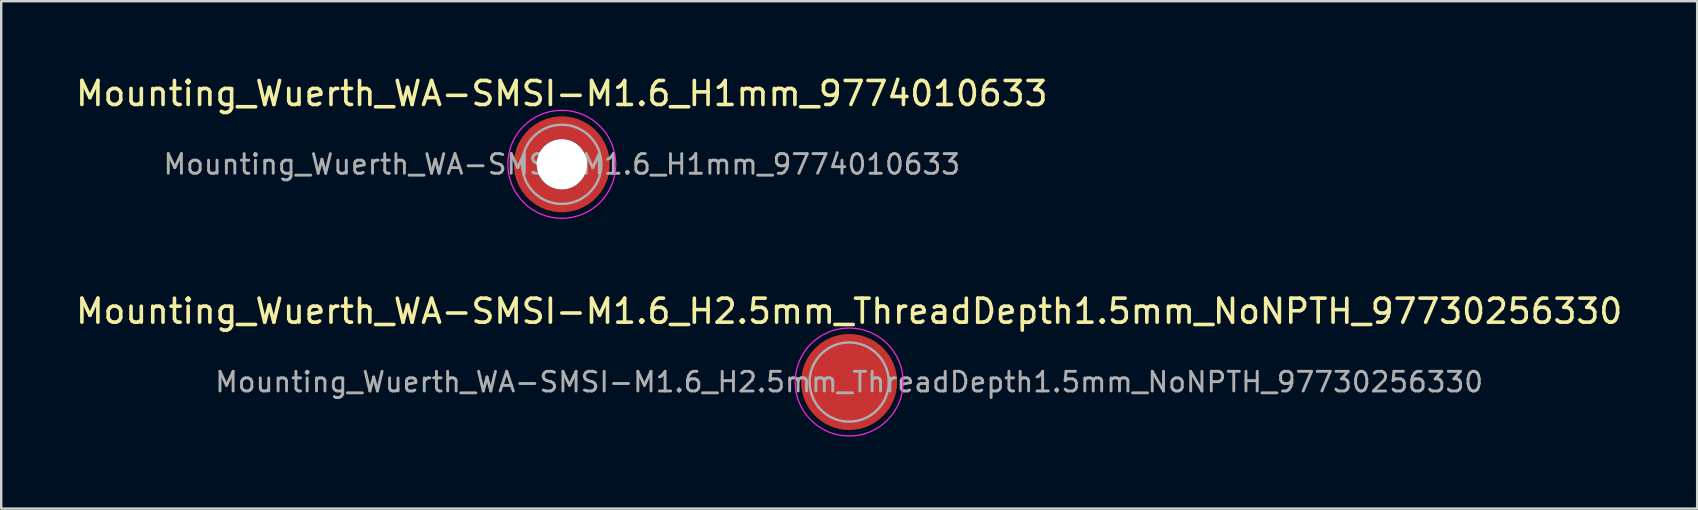
<source format=kicad_pcb>
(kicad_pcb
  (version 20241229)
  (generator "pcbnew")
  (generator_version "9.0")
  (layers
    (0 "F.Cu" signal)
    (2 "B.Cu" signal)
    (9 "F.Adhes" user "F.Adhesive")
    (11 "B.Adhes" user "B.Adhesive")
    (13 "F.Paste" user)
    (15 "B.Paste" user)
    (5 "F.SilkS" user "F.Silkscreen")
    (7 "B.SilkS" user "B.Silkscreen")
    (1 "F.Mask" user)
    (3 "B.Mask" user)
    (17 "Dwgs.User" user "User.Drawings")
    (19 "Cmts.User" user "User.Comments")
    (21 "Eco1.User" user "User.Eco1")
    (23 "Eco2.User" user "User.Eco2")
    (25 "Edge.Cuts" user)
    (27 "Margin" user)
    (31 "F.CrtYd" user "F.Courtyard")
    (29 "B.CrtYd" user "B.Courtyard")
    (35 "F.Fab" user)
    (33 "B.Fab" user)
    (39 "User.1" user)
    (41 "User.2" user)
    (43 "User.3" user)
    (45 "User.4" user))
  (footprint "Mounting_Wuerth_WA-SMSI-M1.6_H1mm_9774010633"
    (layer "F.Cu")
    (at 20.363 3.798)
    (property "Reference" "Mounting_Wuerth_WA-SMSI-M1.6_H1mm_9774010633" (at 0 -2.95 0) (layer "F.SilkS") (effects (font (size 1 1) (thickness 0.15))))
    (property "Mouser Part no." "" (at 0 0 0) (layer "F.Fab") (effects (font (size 1.27 1.27) (thickness 0.15))))
    (property "Mouser link" "" (at 0 0 0) (layer "F.Fab") (effects (font (size 1.27 1.27) (thickness 0.15))))
    (attr smd)
    (fp_circle (center 0 0) (end 2.25 0) (stroke (width 0.05) (type solid)) (fill no) (layer "F.CrtYd"))
    (fp_circle (center 0 0) (end 1.65 0) (stroke (width 0.1) (type solid)) (fill no) (layer "F.Fab"))
    (fp_text user "${REFERENCE}" (at 0 0 0) (layer "F.Fab") (effects (font (size 0.82 0.82) (thickness 0.12))))
    (pad "" smd custom (at -1.061 -1.061) (size 0.4 0.4) (layers "F.Paste") (options (anchor circle)) (primitives (gr_arc (start -0.101235 0.76066) (mid 0.211799 0.212465) (end 0.759748 -0.100999) (width 0.2)) (gr_arc (start -0.204251 0.76066) (mid 0.141299 0.141544) (end 0.760323 -0.204171) (width 0.2)) (gr_arc (start -0.306819 0.76066) (mid 0.070255 0.071167) (end 0.759401 -0.306542) (width 0.2)) (gr_arc (start -0.409034 0.76066) (mid -0.000242 0.000241) (end 0.759991 -0.408897) (width 0.2)) (gr_arc (start -0.510963 0.76066) (mid -0.071561 -0.06986) (end 0.758297 -0.51051) (width 0.2)) (gr_arc (start -0.61266 0.76066) (mid -0.142171 -0.140671) (end 0.758572 -0.612284) (width 0.2)) (gr_arc (start -0.714164 0.76066) (mid -0.212264 -0.212) (end 0.760292 -0.714102) (width 0.2)) (gr_line (start 0.761 -0.101) (end 0.761 -0.714) (width 0.2)) (gr_line (start -0.101 0.761) (end -0.714 0.761) (width 0.2))))
    (pad "" smd custom (at -1.061 1.061) (size 0.4 0.4) (layers "F.Paste") (options (anchor circle)) (primitives (gr_arc (start 0.76066 0.101235) (mid 0.212465 -0.211799) (end -0.100999 -0.759748) (width 0.2)) (gr_arc (start 0.76066 0.204251) (mid 0.141544 -0.141299) (end -0.204171 -0.760323) (width 0.2)) (gr_arc (start 0.76066 0.306819) (mid 0.071167 -0.070255) (end -0.306542 -0.759401) (width 0.2)) (gr_arc (start 0.76066 0.409034) (mid 0.000241 0.000242) (end -0.408897 -0.759991) (width 0.2)) (gr_arc (start 0.76066 0.510963) (mid -0.06986 0.071561) (end -0.51051 -0.758297) (width 0.2)) (gr_arc (start 0.76066 0.61266) (mid -0.140671 0.142171) (end -0.612284 -0.758572) (width 0.2)) (gr_arc (start 0.76066 0.714164) (mid -0.212 0.212264) (end -0.714102 -0.760292) (width 0.2)) (gr_line (start -0.101 -0.761) (end -0.714 -0.761) (width 0.2)) (gr_line (start 0.761 0.101) (end 0.761 0.714) (width 0.2))))
    (pad "" np_thru_hole circle (at 0 0) (size 2.1 2.1) (drill 2.1) (layers "*.Cu" "*.Mask"))
    (pad "" smd custom (at 1.061 -1.061) (size 0.4 0.4) (layers "F.Paste") (options (anchor circle)) (primitives (gr_arc (start -0.76066 -0.101235) (mid -0.212465 0.211799) (end 0.100999 0.759748) (width 0.2)) (gr_arc (start -0.76066 -0.204251) (mid -0.141544 0.141299) (end 0.204171 0.760323) (width 0.2)) (gr_arc (start -0.76066 -0.306819) (mid -0.071167 0.070255) (end 0.306542 0.759401) (width 0.2)) (gr_arc (start -0.76066 -0.409034) (mid -0.000241 -0.000242) (end 0.408897 0.759991) (width 0.2)) (gr_arc (start -0.76066 -0.510963) (mid 0.06986 -0.071561) (end 0.51051 0.758297) (width 0.2)) (gr_arc (start -0.76066 -0.61266) (mid 0.140671 -0.142171) (end 0.612284 0.758572) (width 0.2)) (gr_arc (start -0.76066 -0.714164) (mid 0.212 -0.212264) (end 0.714102 0.760292) (width 0.2)) (gr_line (start 0.101 0.761) (end 0.714 0.761) (width 0.2)) (gr_line (start -0.761 -0.101) (end -0.761 -0.714) (width 0.2))))
    (pad "" smd custom (at 1.061 1.061) (size 0.4 0.4) (layers "F.Paste") (options (anchor circle)) (primitives (gr_arc (start 0.101235 -0.76066) (mid -0.211799 -0.212465) (end -0.759748 0.100999) (width 0.2)) (gr_arc (start 0.204251 -0.76066) (mid -0.141299 -0.141544) (end -0.760323 0.204171) (width 0.2)) (gr_arc (start 0.306819 -0.76066) (mid -0.070255 -0.071167) (end -0.759401 0.306542) (width 0.2)) (gr_arc (start 0.409034 -0.76066) (mid 0.000242 -0.000241) (end -0.759991 0.408897) (width 0.2)) (gr_arc (start 0.510963 -0.76066) (mid 0.071561 0.06986) (end -0.758297 0.51051) (width 0.2)) (gr_arc (start 0.61266 -0.76066) (mid 0.142171 0.140671) (end -0.758572 0.612284) (width 0.2)) (gr_arc (start 0.714164 -0.76066) (mid 0.212264 0.212) (end -0.760292 0.714102) (width 0.2)) (gr_line (start -0.761 0.101) (end -0.761 0.714) (width 0.2)) (gr_line (start 0.101 -0.761) (end 0.714 -0.761) (width 0.2))))
    (pad "1" smd circle (at -1.525 0) (size 0.55 0.55) (layers "F.Cu"))
    (pad "1" smd circle (at 0 -1.525) (size 0.55 0.55) (layers "F.Cu"))
    (pad "1" smd circle (at 0 1.525) (size 0.55 0.55) (layers "F.Cu"))
    (pad "1" smd custom (at 1.525 0) (size 0.55 0.55) (layers "F.Cu" "F.Mask") (options (anchor circle)) (primitives (gr_circle (center -1.525 0) (end 0 0) (width 0.95) (fill no)))))
  (footprint "Mounting_Wuerth_WA-SMSI-M1.6_H2.5mm_ThreadDepth1.5mm_NoNPTH_97730256330"
    (layer "F.Cu")
    (at 32.339 12.871)
    (property "Reference" "Mounting_Wuerth_WA-SMSI-M1.6_H2.5mm_ThreadDepth1.5mm_NoNPTH_97730256330" (at 0 -2.95 0) (layer "F.SilkS") (effects (font (size 1 1) (thickness 0.15))))
    (property "Mouser Part no." "" (at 0 0 0) (layer "F.Fab") (effects (font (size 1.27 1.27) (thickness 0.15))))
    (property "Mouser link" "" (at 0 0 0) (layer "F.Fab") (effects (font (size 1.27 1.27) (thickness 0.15))))
    (attr smd)
    (fp_circle (center 0 0) (end 2.25 0) (stroke (width 0.05) (type solid)) (fill no) (layer "F.CrtYd"))
    (fp_circle (center 0 0) (end 1.65 0) (stroke (width 0.1) (type solid)) (fill no) (layer "F.Fab"))
    (fp_text user "${REFERENCE}" (at 0 0 0) (layer "F.Fab") (effects (font (size 0.82 0.82) (thickness 0.12))))
    (pad "" smd custom (at -0.778 -0.778) (size 1.2 1.2) (layers "F.Paste") (options (anchor circle)) (primitives (gr_arc (start 0.465568 0.527817) (mid 0.494887 0.495062) (end 0.527624 0.465723) (width 0.2)) (gr_arc (start 0.344805 0.527817) (mid 0.424264 0.424264) (end 0.527818 0.344805) (width 0.2)) (gr_arc (start 0.232382 0.527817) (mid 0.353364 0.353743) (end 0.527329 0.232606) (width 0.2)) (gr_arc (start 0.123983 0.527817) (mid 0.282626 0.28306) (end 0.527243 0.124203) (width 0.2)) (gr_arc (start 0.017883 0.527817) (mid 0.211737 0.212527) (end 0.526755 0.018233) (width 0.2)) (gr_arc (start -0.086763 0.527817) (mid 0.141173 0.14167) (end 0.527142 -0.086568) (width 0.2)) (gr_arc (start -0.190428 0.527817) (mid 0.070433 0.070988) (end 0.527057 -0.190232) (width 0.2)) (gr_arc (start -0.293397 0.527817) (mid -0.000182 0.000182) (end 0.527315 -0.29328) (width 0.2)) (gr_arc (start -0.395852 0.527817) (mid -0.071085 -0.070336) (end 0.526781 -0.395631) (width 0.2)) (gr_arc (start -0.497918 0.527817) (mid -0.141622 -0.141221) (end 0.52726 -0.497809) (width 0.2)) (gr_arc (start -0.59968 0.527817) (mid -0.212364 -0.2119) (end 0.527171 -0.599563) (width 0.2)) (gr_arc (start -0.701202 0.527817) (mid -0.282952 -0.282733) (end 0.527511 -0.70115) (width 0.2)) (gr_arc (start -0.802531 0.527817) (mid -0.353765 -0.353343) (end 0.527227 -0.802438) (width 0.2)) (gr_arc (start -0.9037 0.527817) (mid -0.425176 -0.423352) (end 0.525265 -0.903319) (width 0.2)) (gr_arc (start -1.004737 0.527817) (mid -0.49534 -0.49461) (end 0.526794 -1.004593) (width 0.2)) (gr_line (start 0.528 0.466) (end 0.528 -1.005) (width 0.2)) (gr_line (start 0.466 0.528) (end -1.005 0.528) (width 0.2))))
    (pad "" smd custom (at -0.778 0.778) (size 1.2 1.2) (layers "F.Paste") (options (anchor circle)) (primitives (gr_arc (start 0.527817 -0.465568) (mid 0.495062 -0.494887) (end 0.465723 -0.527624) (width 0.2)) (gr_arc (start 0.527817 -0.344805) (mid 0.424264 -0.424264) (end 0.344805 -0.527818) (width 0.2)) (gr_arc (start 0.527817 -0.232382) (mid 0.353743 -0.353364) (end 0.232606 -0.527329) (width 0.2)) (gr_arc (start 0.527817 -0.123983) (mid 0.28306 -0.282626) (end 0.124203 -0.527243) (width 0.2)) (gr_arc (start 0.527817 -0.017883) (mid 0.212527 -0.211737) (end 0.018233 -0.526755) (width 0.2)) (gr_arc (start 0.527817 0.086763) (mid 0.14167 -0.141173) (end -0.086568 -0.527142) (width 0.2)) (gr_arc (start 0.527817 0.190428) (mid 0.070988 -0.070433) (end -0.190232 -0.527057) (width 0.2)) (gr_arc (start 0.527817 0.293397) (mid 0.000182 0.000182) (end -0.29328 -0.527315) (width 0.2)) (gr_arc (start 0.527817 0.395852) (mid -0.070336 0.071085) (end -0.395631 -0.526781) (width 0.2)) (gr_arc (start 0.527817 0.497918) (mid -0.141221 0.141622) (end -0.497809 -0.52726) (width 0.2)) (gr_arc (start 0.527817 0.59968) (mid -0.2119 0.212364) (end -0.599563 -0.527171) (width 0.2)) (gr_arc (start 0.527817 0.701202) (mid -0.282733 0.282952) (end -0.70115 -0.527511) (width 0.2)) (gr_arc (start 0.527817 0.802531) (mid -0.353343 0.353765) (end -0.802438 -0.527227) (width 0.2)) (gr_arc (start 0.527817 0.9037) (mid -0.423352 0.425176) (end -0.903319 -0.525265) (width 0.2)) (gr_arc (start 0.527817 1.004737) (mid -0.49461 0.49534) (end -1.004593 -0.526794) (width 0.2)) (gr_line (start 0.466 -0.528) (end -1.005 -0.528) (width 0.2)) (gr_line (start 0.528 -0.466) (end 0.528 1.005) (width 0.2))))
    (pad "" smd custom (at 0.778 -0.778) (size 1.2 1.2) (layers "F.Paste") (options (anchor circle)) (primitives (gr_arc (start -0.527817 0.465568) (mid -0.495062 0.494887) (end -0.465723 0.527624) (width 0.2)) (gr_arc (start -0.527817 0.344805) (mid -0.424264 0.424264) (end -0.344805 0.527818) (width 0.2)) (gr_arc (start -0.527817 0.232382) (mid -0.353743 0.353364) (end -0.232606 0.527329) (width 0.2)) (gr_arc (start -0.527817 0.123983) (mid -0.28306 0.282626) (end -0.124203 0.527243) (width 0.2)) (gr_arc (start -0.527817 0.017883) (mid -0.212527 0.211737) (end -0.018233 0.526755) (width 0.2)) (gr_arc (start -0.527817 -0.086763) (mid -0.14167 0.141173) (end 0.086568 0.527142) (width 0.2)) (gr_arc (start -0.527817 -0.190428) (mid -0.070988 0.070433) (end 0.190232 0.527057) (width 0.2)) (gr_arc (start -0.527817 -0.293397) (mid -0.000182 -0.000182) (end 0.29328 0.527315) (width 0.2)) (gr_arc (start -0.527817 -0.395852) (mid 0.070336 -0.071085) (end 0.395631 0.526781) (width 0.2)) (gr_arc (start -0.527817 -0.497918) (mid 0.141221 -0.141622) (end 0.497809 0.52726) (width 0.2)) (gr_arc (start -0.527817 -0.59968) (mid 0.2119 -0.212364) (end 0.599563 0.527171) (width 0.2)) (gr_arc (start -0.527817 -0.701202) (mid 0.282733 -0.282952) (end 0.70115 0.527511) (width 0.2)) (gr_arc (start -0.527817 -0.802531) (mid 0.353343 -0.353765) (end 0.802438 0.527227) (width 0.2)) (gr_arc (start -0.527817 -0.9037) (mid 0.423352 -0.425176) (end 0.903319 0.525265) (width 0.2)) (gr_arc (start -0.527817 -1.004737) (mid 0.49461 -0.49534) (end 1.004593 0.526794) (width 0.2)) (gr_line (start -0.466 0.528) (end 1.005 0.528) (width 0.2)) (gr_line (start -0.528 0.466) (end -0.528 -1.005) (width 0.2))))
    (pad "" smd custom (at 0.778 0.778) (size 1.2 1.2) (layers "F.Paste") (options (anchor circle)) (primitives (gr_arc (start -0.465568 -0.527817) (mid -0.494887 -0.495062) (end -0.527624 -0.465723) (width 0.2)) (gr_arc (start -0.344805 -0.527817) (mid -0.424264 -0.424264) (end -0.527818 -0.344805) (width 0.2)) (gr_arc (start -0.232382 -0.527817) (mid -0.353364 -0.353743) (end -0.527329 -0.232606) (width 0.2)) (gr_arc (start -0.123983 -0.527817) (mid -0.282626 -0.28306) (end -0.527243 -0.124203) (width 0.2)) (gr_arc (start -0.017883 -0.527817) (mid -0.211737 -0.212527) (end -0.526755 -0.018233) (width 0.2)) (gr_arc (start 0.086763 -0.527817) (mid -0.141173 -0.14167) (end -0.527142 0.086568) (width 0.2)) (gr_arc (start 0.190428 -0.527817) (mid -0.070433 -0.070988) (end -0.527057 0.190232) (width 0.2)) (gr_arc (start 0.293397 -0.527817) (mid 0.000182 -0.000182) (end -0.527315 0.29328) (width 0.2)) (gr_arc (start 0.395852 -0.527817) (mid 0.071085 0.070336) (end -0.526781 0.395631) (width 0.2)) (gr_arc (start 0.497918 -0.527817) (mid 0.141622 0.141221) (end -0.52726 0.497809) (width 0.2)) (gr_arc (start 0.59968 -0.527817) (mid 0.212364 0.2119) (end -0.527171 0.599563) (width 0.2)) (gr_arc (start 0.701202 -0.527817) (mid 0.282952 0.282733) (end -0.527511 0.70115) (width 0.2)) (gr_arc (start 0.802531 -0.527817) (mid 0.353765 0.353343) (end -0.527227 0.802438) (width 0.2)) (gr_arc (start 0.9037 -0.527817) (mid 0.425176 0.423352) (end -0.525265 0.903319) (width 0.2)) (gr_arc (start 1.004737 -0.527817) (mid 0.49534 0.49461) (end -0.526794 1.004593) (width 0.2)) (gr_line (start -0.528 -0.466) (end -0.528 1.005) (width 0.2)) (gr_line (start -0.466 -0.528) (end 1.005 -0.528) (width 0.2))))
    (pad "1" smd circle (at 0 0) (size 4 4) (layers "F.Cu" "F.Mask")))
  (gr_rect
    (start -3 -3)
    (end 67.679 18.146)
    (stroke (width 0.1) (type default))
    (fill no)
    (layer "Edge.Cuts")))
</source>
